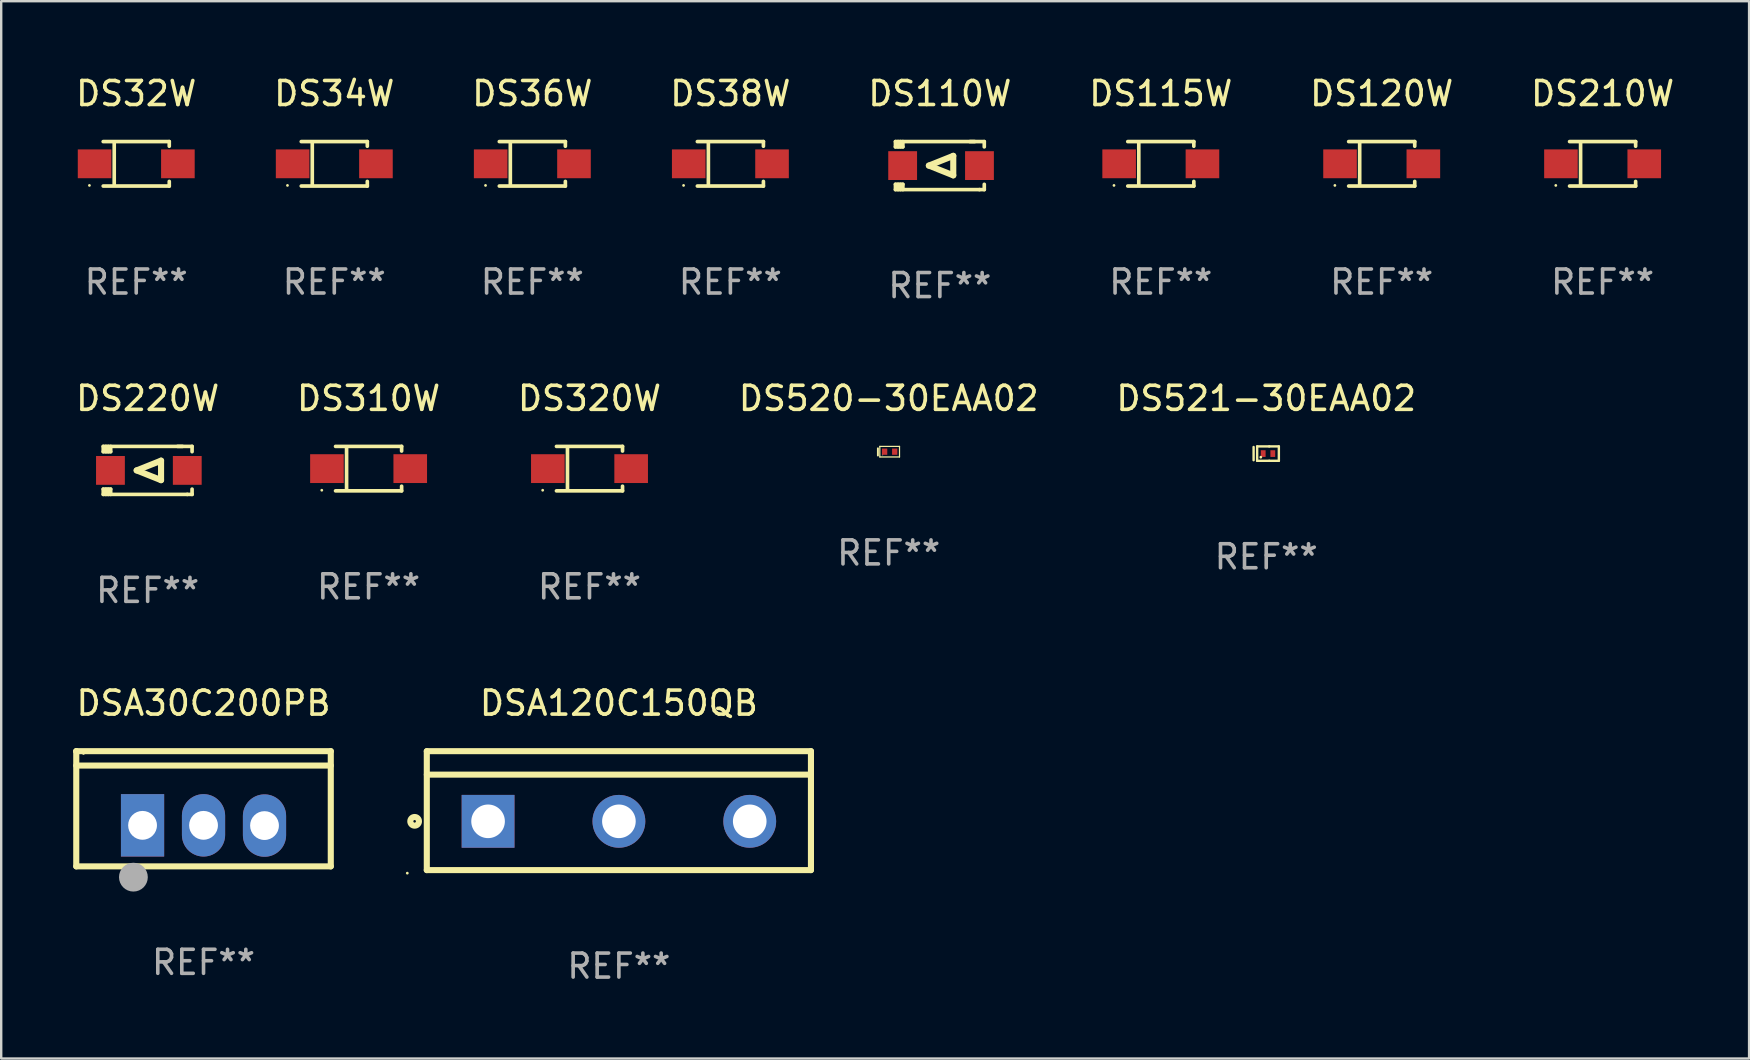
<source format=kicad_pcb>
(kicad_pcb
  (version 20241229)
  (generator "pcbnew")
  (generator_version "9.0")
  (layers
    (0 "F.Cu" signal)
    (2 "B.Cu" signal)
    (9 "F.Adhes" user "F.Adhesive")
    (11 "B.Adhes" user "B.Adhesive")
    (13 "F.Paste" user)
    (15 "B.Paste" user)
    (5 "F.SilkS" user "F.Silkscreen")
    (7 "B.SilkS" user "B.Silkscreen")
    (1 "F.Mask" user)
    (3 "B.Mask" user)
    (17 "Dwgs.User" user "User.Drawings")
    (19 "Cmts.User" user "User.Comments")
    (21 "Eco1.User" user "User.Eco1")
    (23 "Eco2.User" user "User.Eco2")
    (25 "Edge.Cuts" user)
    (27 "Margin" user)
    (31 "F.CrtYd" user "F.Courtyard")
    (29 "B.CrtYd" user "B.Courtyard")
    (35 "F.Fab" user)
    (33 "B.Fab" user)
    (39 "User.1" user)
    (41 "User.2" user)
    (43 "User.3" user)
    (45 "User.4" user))
  (footprint "DS210W"
    (layer "F.Cu")
    (at 63.708 3.774)
    (property "Reference" "DS210W" (at 0 -2.926 0) (layer "F.SilkS") (effects (font (size 1 1) (thickness 0.15))))
    (attr through_hole)
    (fp_line (start -1.376 -0.926) (end 1.376 -0.926) (stroke (width 0.152) (type solid)) (layer "F.SilkS"))
    (fp_line (start -1.376 0.926) (end 1.376 0.926) (stroke (width 0.152) (type solid)) (layer "F.SilkS"))
    (fp_line (start -0.917 -0.876) (end -0.917 0.876) (stroke (width 0.152) (type solid)) (layer "F.SilkS"))
    (fp_line (start 1.376 -0.926) (end 1.376 -0.733) (stroke (width 0.152) (type solid)) (layer "F.SilkS"))
    (fp_line (start 1.376 0.926) (end 1.376 0.733) (stroke (width 0.152) (type solid)) (layer "F.SilkS"))
    (fp_circle (center -1.95 0.9) (end -1.92 0.9) (stroke (width 0.06) (type solid)) (fill no) (layer "F.SilkS"))
    (fp_text user "REF**" (at 0 4.926 0) (layer "F.Fab") (effects (font (size 1 1) (thickness 0.15))))
    (pad "1" smd rect (at -1.735 0) (size 1.4 1.2) (layers "F.Cu" "F.Mask" "F.Paste"))
    (pad "2" smd rect (at 1.735 0) (size 1.4 1.2) (layers "F.Cu" "F.Mask" "F.Paste")))
  (footprint "DS320W"
    (layer "F.Cu")
    (at 21.506 16.471)
    (property "Reference" "DS320W" (at 0 -2.926 0) (layer "F.SilkS") (effects (font (size 1 1) (thickness 0.15))))
    (attr through_hole)
    (fp_line (start -1.376 -0.926) (end 1.376 -0.926) (stroke (width 0.152) (type solid)) (layer "F.SilkS"))
    (fp_line (start -1.376 0.926) (end 1.376 0.926) (stroke (width 0.152) (type solid)) (layer "F.SilkS"))
    (fp_line (start -0.917 -0.876) (end -0.917 0.876) (stroke (width 0.152) (type solid)) (layer "F.SilkS"))
    (fp_line (start 1.376 -0.926) (end 1.376 -0.733) (stroke (width 0.152) (type solid)) (layer "F.SilkS"))
    (fp_line (start 1.376 0.926) (end 1.376 0.733) (stroke (width 0.152) (type solid)) (layer "F.SilkS"))
    (fp_circle (center -1.95 0.9) (end -1.92 0.9) (stroke (width 0.06) (type solid)) (fill no) (layer "F.SilkS"))
    (fp_text user "REF**" (at 0 4.926 0) (layer "F.Fab") (effects (font (size 1 1) (thickness 0.15))))
    (pad "1" smd rect (at -1.735 0) (size 1.4 1.2) (layers "F.Cu" "F.Mask" "F.Paste"))
    (pad "2" smd rect (at 1.735 0) (size 1.4 1.2) (layers "F.Cu" "F.Mask" "F.Paste")))
  (footprint "DS36W"
    (layer "F.Cu")
    (at 19.125 3.774)
    (property "Reference" "DS36W" (at 0 -2.926 0) (layer "F.SilkS") (effects (font (size 1 1) (thickness 0.15))))
    (attr through_hole)
    (fp_line (start -1.376 -0.926) (end 1.376 -0.926) (stroke (width 0.152) (type solid)) (layer "F.SilkS"))
    (fp_line (start -1.376 0.926) (end 1.376 0.926) (stroke (width 0.152) (type solid)) (layer "F.SilkS"))
    (fp_line (start -0.917 -0.876) (end -0.917 0.876) (stroke (width 0.152) (type solid)) (layer "F.SilkS"))
    (fp_line (start 1.376 -0.926) (end 1.376 -0.733) (stroke (width 0.152) (type solid)) (layer "F.SilkS"))
    (fp_line (start 1.376 0.926) (end 1.376 0.733) (stroke (width 0.152) (type solid)) (layer "F.SilkS"))
    (fp_circle (center -1.95 0.9) (end -1.92 0.9) (stroke (width 0.06) (type solid)) (fill no) (layer "F.SilkS"))
    (fp_text user "REF**" (at 0 4.926 0) (layer "F.Fab") (effects (font (size 1 1) (thickness 0.15))))
    (pad "1" smd rect (at -1.735 0) (size 1.4 1.2) (layers "F.Cu" "F.Mask" "F.Paste"))
    (pad "2" smd rect (at 1.735 0) (size 1.4 1.2) (layers "F.Cu" "F.Mask" "F.Paste")))
  (footprint "DS521-30EAA02"
    (layer "F.Cu")
    (at 49.696 15.845)
    (property "Reference" "DS521-30EAA02" (at 0 -2.3 0) (layer "F.SilkS") (effects (font (size 1 1) (thickness 0.15))))
    (attr through_hole)
    (fp_line (start -0.526 -0.275) (end -0.526 0.275) (stroke (width 0.1) (type solid)) (layer "F.SilkS"))
    (fp_line (start -0.378 -0.3) (end -0.378 0.3) (stroke (width 0.1) (type solid)) (layer "F.SilkS"))
    (fp_line (start -0.378 0.3) (end 0.124 0.3) (stroke (width 0.1) (type solid)) (layer "F.SilkS"))
    (fp_line (start 0.124 0.3) (end 0.526 0.3) (stroke (width 0.1) (type solid)) (layer "F.SilkS"))
    (fp_line (start 0.125 -0.3) (end -0.378 -0.3) (stroke (width 0.1) (type solid)) (layer "F.SilkS"))
    (fp_line (start 0.526 -0.3) (end 0.124 -0.3) (stroke (width 0.1) (type solid)) (layer "F.SilkS"))
    (fp_line (start 0.526 0.3) (end 0.526 -0.3) (stroke (width 0.1) (type solid)) (layer "F.SilkS"))
    (fp_circle (center -0.226 0.15) (end -0.196 0.15) (stroke (width 0.06) (type solid)) (fill no) (layer "F.SilkS"))
    (fp_text user "REF**" (at 0 4.3 0) (layer "F.Fab") (effects (font (size 1 1) (thickness 0.15))))
    (pad "1" smd rect (at -0.126 -0.00014 90) (size 0.28 0.2) (layers "F.Cu" "F.Mask" "F.Paste"))
    (pad "2" smd rect (at 0.274 -0.00014 90) (size 0.28 0.2) (layers "F.Cu" "F.Mask" "F.Paste")))
  (footprint "DS220W"
    (layer "F.Cu")
    (at 3.101 16.545)
    (property "Reference" "DS220W" (at 0 -3 0) (layer "F.SilkS") (effects (font (size 1 1) (thickness 0.15))))
    (attr through_hole)
    (fp_line (start -1.85 -1) (end -1.85 -0.78) (stroke (width 0.152) (type solid)) (layer "F.SilkS"))
    (fp_line (start -1.85 0.78) (end -1.85 1) (stroke (width 0.152) (type solid)) (layer "F.SilkS"))
    (fp_line (start -1.85 1) (end 1.65 1) (stroke (width 0.152) (type solid)) (layer "F.SilkS"))
    (fp_line (start -1.741 -0.78) (end -1.741 -1) (stroke (width 0.152) (type solid)) (layer "F.SilkS"))
    (fp_line (start -1.741 1) (end -1.741 0.78) (stroke (width 0.152) (type solid)) (layer "F.SilkS"))
    (fp_line (start -1.641 -1) (end -1.641 -0.78) (stroke (width 0.152) (type solid)) (layer "F.SilkS"))
    (fp_line (start -1.641 0.78) (end -1.641 1) (stroke (width 0.152) (type solid)) (layer "F.SilkS"))
    (fp_line (start -1.541 -1) (end -1.541 -0.78) (stroke (width 0.152) (type solid)) (layer "F.SilkS"))
    (fp_line (start -1.541 -0.78) (end -1.85 -0.78) (stroke (width 0.152) (type solid)) (layer "F.SilkS"))
    (fp_line (start -1.541 0.78) (end -1.85 0.78) (stroke (width 0.152) (type solid)) (layer "F.SilkS"))
    (fp_line (start -1.541 0.78) (end -1.541 1) (stroke (width 0.152) (type solid)) (layer "F.SilkS"))
    (fp_line (start -0.458 0) (end 0.558 -0.406) (stroke (width 0.254) (type solid)) (layer "F.SilkS"))
    (fp_line (start 0.558 -0.406) (end 0.558 0.406) (stroke (width 0.254) (type solid)) (layer "F.SilkS"))
    (fp_line (start 0.558 0.406) (end -0.458 0) (stroke (width 0.254) (type solid)) (layer "F.SilkS"))
    (fp_line (start 1.45 -1) (end -1.85 -1) (stroke (width 0.152) (type solid)) (layer "F.SilkS"))
    (fp_line (start 1.65 1) (end 1.85 1) (stroke (width 0.152) (type solid)) (layer "F.SilkS"))
    (fp_line (start 1.85 -1) (end 1.25 -1) (stroke (width 0.152) (type solid)) (layer "F.SilkS"))
    (fp_line (start 1.85 -0.78) (end 1.85 -1) (stroke (width 0.152) (type solid)) (layer "F.SilkS"))
    (fp_line (start 1.85 1) (end 1.85 0.78) (stroke (width 0.152) (type solid)) (layer "F.SilkS"))
    (fp_circle (center -1.8 0.9) (end -1.77 0.9) (stroke (width 0.06) (type solid)) (fill no) (layer "F.SilkS"))
    (fp_text user "REF**" (at 0 5 0) (layer "F.Fab") (effects (font (size 1 1) (thickness 0.15))))
    (pad "1" smd rect (at -1.55 0.000051) (size 1.2 1.2) (layers "F.Cu" "F.Mask" "F.Paste"))
    (pad "2" smd rect (at 1.65 0.000051) (size 1.2 1.2) (layers "F.Cu" "F.Mask" "F.Paste")))
  (footprint "DS120W"
    (layer "F.Cu")
    (at 54.506 3.774)
    (property "Reference" "DS120W" (at 0 -2.926 0) (layer "F.SilkS") (effects (font (size 1 1) (thickness 0.15))))
    (attr through_hole)
    (fp_line (start -1.376 -0.926) (end 1.376 -0.926) (stroke (width 0.152) (type solid)) (layer "F.SilkS"))
    (fp_line (start -1.376 0.926) (end 1.376 0.926) (stroke (width 0.152) (type solid)) (layer "F.SilkS"))
    (fp_line (start -0.917 -0.876) (end -0.917 0.876) (stroke (width 0.152) (type solid)) (layer "F.SilkS"))
    (fp_line (start 1.376 -0.926) (end 1.376 -0.733) (stroke (width 0.152) (type solid)) (layer "F.SilkS"))
    (fp_line (start 1.376 0.926) (end 1.376 0.733) (stroke (width 0.152) (type solid)) (layer "F.SilkS"))
    (fp_circle (center -1.95 0.9) (end -1.92 0.9) (stroke (width 0.06) (type solid)) (fill no) (layer "F.SilkS"))
    (fp_text user "REF**" (at 0 4.926 0) (layer "F.Fab") (effects (font (size 1 1) (thickness 0.15))))
    (pad "1" smd rect (at -1.735 0) (size 1.4 1.2) (layers "F.Cu" "F.Mask" "F.Paste"))
    (pad "2" smd rect (at 1.735 0) (size 1.4 1.2) (layers "F.Cu" "F.Mask" "F.Paste")))
  (footprint "DSA120C150QB"
    (layer "F.Cu")
    (at 22.73 30.718)
    (property "Reference" "DSA120C150QB" (at 0 -4.477 0) (layer "F.SilkS") (effects (font (size 1 1) (thickness 0.15))))
    (attr through_hole)
    (fp_line (start -8.001 -2.477) (end 8.001 -2.477) (stroke (width 0.254) (type solid)) (layer "F.SilkS"))
    (fp_line (start -8.001 2.477) (end -8.001 -2.477) (stroke (width 0.254) (type solid)) (layer "F.SilkS"))
    (fp_line (start -7.999 -1.5) (end 8.001 -1.5) (stroke (width 0.254) (type solid)) (layer "F.SilkS"))
    (fp_line (start 8.001 -2.477) (end 8.001 2.477) (stroke (width 0.254) (type solid)) (layer "F.SilkS"))
    (fp_line (start 8.001 2.477) (end -8.001 2.477) (stroke (width 0.254) (type solid)) (layer "F.SilkS"))
    (fp_circle (center -8.814 2.604) (end -8.784 2.604) (stroke (width 0.06) (type solid)) (fill no) (layer "F.SilkS"))
    (fp_circle (center -8.508 0.445) (end -8.328 0.445) (stroke (width 0.254) (type solid)) (fill no) (layer "F.SilkS"))
    (fp_text user "REF**" (at 0 6.477 0) (layer "F.Fab") (effects (font (size 1 1) (thickness 0.15))))
    (pad "1" thru_hole rect (at -5.449 0.445) (size 2.2 2.2) (drill 1.4) (layers "*.Cu" "*.Mask"))
    (pad "2" thru_hole circle (at 0.001 0.445) (size 2.2 2.2) (drill 1.4) (layers "*.Cu" "*.Mask"))
    (pad "3" thru_hole circle (at 5.451 0.445) (size 2.2 2.2) (drill 1.4) (layers "*.Cu" "*.Mask")))
  (footprint "DSA30C200PB"
    (layer "F.Cu")
    (at 5.428 30.64)
    (property "Reference" "DSA30C200PB" (at 0 -4.399 0) (layer "F.SilkS") (effects (font (size 1 1) (thickness 0.15))))
    (attr through_hole)
    (fp_line (start -5.301 -2.399) (end 5.301 -2.399) (stroke (width 0.254) (type solid)) (layer "F.SilkS"))
    (fp_line (start -5.301 -2.394) (end -5.301 -2.399) (stroke (width 0.254) (type solid)) (layer "F.SilkS"))
    (fp_line (start -5.301 2.399) (end -5.301 -2.394) (stroke (width 0.254) (type solid)) (layer "F.SilkS"))
    (fp_line (start 5.3 -1.8) (end -5.3 -1.8) (stroke (width 0.254) (type solid)) (layer "F.SilkS"))
    (fp_line (start 5.301 -2.399) (end 5.301 2.399) (stroke (width 0.254) (type solid)) (layer "F.SilkS"))
    (fp_line (start 5.301 2.399) (end -5.301 2.399) (stroke (width 0.254) (type solid)) (layer "F.SilkS"))
    (fp_arc (start -2.769977 3.025032) (mid -2.768707 3.025028) (end -2.767437 3.025032) (stroke (width 0.4) (type solid)) (layer "F.SilkS"))
    (fp_circle (center -5 -2.305) (end -4.97 -2.305) (stroke (width 0.06) (type solid)) (fill no) (layer "F.SilkS"))
    (fp_circle (center -2.921 2.849) (end -2.621 2.849) (stroke (width 0.6) (type solid)) (fill no) (layer "F.Fab"))
    (fp_text user "REF**" (at 0 6.399 0) (layer "F.Fab") (effects (font (size 1 1) (thickness 0.15))))
    (pad "1" thru_hole rect (at -2.54 0.69) (size 1.8 2.6) (drill 1.2) (layers "*.Cu" "*.Mask"))
    (pad "2" thru_hole oval (at 0 0.69) (size 1.8 2.6) (drill 1.2) (layers "*.Cu" "*.Mask"))
    (pad "3" thru_hole oval (at 2.54 0.7) (size 1.8 2.6) (drill 1.2) (layers "*.Cu" "*.Mask")))
  (footprint "DS34W"
    (layer "F.Cu")
    (at 10.875 3.774)
    (property "Reference" "DS34W" (at 0 -2.926 0) (layer "F.SilkS") (effects (font (size 1 1) (thickness 0.15))))
    (attr through_hole)
    (fp_line (start -1.376 -0.926) (end 1.376 -0.926) (stroke (width 0.152) (type solid)) (layer "F.SilkS"))
    (fp_line (start -1.376 0.926) (end 1.376 0.926) (stroke (width 0.152) (type solid)) (layer "F.SilkS"))
    (fp_line (start -0.917 -0.876) (end -0.917 0.876) (stroke (width 0.152) (type solid)) (layer "F.SilkS"))
    (fp_line (start 1.376 -0.926) (end 1.376 -0.733) (stroke (width 0.152) (type solid)) (layer "F.SilkS"))
    (fp_line (start 1.376 0.926) (end 1.376 0.733) (stroke (width 0.152) (type solid)) (layer "F.SilkS"))
    (fp_circle (center -1.95 0.9) (end -1.92 0.9) (stroke (width 0.06) (type solid)) (fill no) (layer "F.SilkS"))
    (fp_text user "REF**" (at 0 4.926 0) (layer "F.Fab") (effects (font (size 1 1) (thickness 0.15))))
    (pad "1" smd rect (at -1.735 0) (size 1.4 1.2) (layers "F.Cu" "F.Mask" "F.Paste"))
    (pad "2" smd rect (at 1.735 0) (size 1.4 1.2) (layers "F.Cu" "F.Mask" "F.Paste")))
  (footprint "DS115W"
    (layer "F.Cu")
    (at 45.304 3.774)
    (property "Reference" "DS115W" (at 0 -2.926 0) (layer "F.SilkS") (effects (font (size 1 1) (thickness 0.15))))
    (attr through_hole)
    (fp_line (start -1.376 -0.926) (end 1.376 -0.926) (stroke (width 0.152) (type solid)) (layer "F.SilkS"))
    (fp_line (start -1.376 0.926) (end 1.376 0.926) (stroke (width 0.152) (type solid)) (layer "F.SilkS"))
    (fp_line (start -0.917 -0.876) (end -0.917 0.876) (stroke (width 0.152) (type solid)) (layer "F.SilkS"))
    (fp_line (start 1.376 -0.926) (end 1.376 -0.733) (stroke (width 0.152) (type solid)) (layer "F.SilkS"))
    (fp_line (start 1.376 0.926) (end 1.376 0.733) (stroke (width 0.152) (type solid)) (layer "F.SilkS"))
    (fp_circle (center -1.95 0.9) (end -1.92 0.9) (stroke (width 0.06) (type solid)) (fill no) (layer "F.SilkS"))
    (fp_text user "REF**" (at 0 4.926 0) (layer "F.Fab") (effects (font (size 1 1) (thickness 0.15))))
    (pad "1" smd rect (at -1.735 0) (size 1.4 1.2) (layers "F.Cu" "F.Mask" "F.Paste"))
    (pad "2" smd rect (at 1.735 0) (size 1.4 1.2) (layers "F.Cu" "F.Mask" "F.Paste")))
  (footprint "DS310W"
    (layer "F.Cu")
    (at 12.304 16.471)
    (property "Reference" "DS310W" (at 0 -2.926 0) (layer "F.SilkS") (effects (font (size 1 1) (thickness 0.15))))
    (attr through_hole)
    (fp_line (start -1.376 -0.926) (end 1.376 -0.926) (stroke (width 0.152) (type solid)) (layer "F.SilkS"))
    (fp_line (start -1.376 0.926) (end 1.376 0.926) (stroke (width 0.152) (type solid)) (layer "F.SilkS"))
    (fp_line (start -0.917 -0.876) (end -0.917 0.876) (stroke (width 0.152) (type solid)) (layer "F.SilkS"))
    (fp_line (start 1.376 -0.926) (end 1.376 -0.733) (stroke (width 0.152) (type solid)) (layer "F.SilkS"))
    (fp_line (start 1.376 0.926) (end 1.376 0.733) (stroke (width 0.152) (type solid)) (layer "F.SilkS"))
    (fp_circle (center -1.95 0.9) (end -1.92 0.9) (stroke (width 0.06) (type solid)) (fill no) (layer "F.SilkS"))
    (fp_text user "REF**" (at 0 4.926 0) (layer "F.Fab") (effects (font (size 1 1) (thickness 0.15))))
    (pad "1" smd rect (at -1.735 0) (size 1.4 1.2) (layers "F.Cu" "F.Mask" "F.Paste"))
    (pad "2" smd rect (at 1.735 0) (size 1.4 1.2) (layers "F.Cu" "F.Mask" "F.Paste")))
  (footprint "DS520-30EAA02"
    (layer "F.Cu")
    (at 33.97 15.765)
    (property "Reference" "DS520-30EAA02" (at 0 -2.22 0) (layer "F.SilkS") (effects (font (size 1 1) (thickness 0.15))))
    (attr through_hole)
    (fp_line (start -0.45 -0.14) (end -0.45 0.16) (stroke (width 0.08) (type solid)) (layer "F.SilkS"))
    (fp_line (start -0.37 -0.22) (end 0.45 -0.22) (stroke (width 0.051) (type solid)) (layer "F.SilkS"))
    (fp_line (start -0.37 0.22) (end -0.37 -0.22) (stroke (width 0.051) (type solid)) (layer "F.SilkS"))
    (fp_line (start 0.45 -0.22) (end 0.45 0.22) (stroke (width 0.051) (type solid)) (layer "F.SilkS"))
    (fp_line (start 0.45 0.22) (end -0.37 0.22) (stroke (width 0.051) (type solid)) (layer "F.SilkS"))
    (fp_circle (center -0.25 0.14) (end -0.24 0.14) (stroke (width 0.02) (type solid)) (fill no) (layer "F.SilkS"))
    (fp_text user "REF**" (at 0 4.22 0) (layer "F.Fab") (effects (font (size 1 1) (thickness 0.15))))
    (pad "1" smd rect (at -0.17 0 90) (size 0.26 0.22) (layers "F.Cu" "F.Mask" "F.Paste"))
    (pad "2" smd rect (at 0.25 0 90) (size 0.26 0.22) (layers "F.Cu" "F.Mask" "F.Paste")))
  (footprint "DS110W"
    (layer "F.Cu")
    (at 36.101 3.848)
    (property "Reference" "DS110W" (at 0 -3 0) (layer "F.SilkS") (effects (font (size 1 1) (thickness 0.15))))
    (attr through_hole)
    (fp_line (start -1.85 -1) (end -1.85 -0.78) (stroke (width 0.152) (type solid)) (layer "F.SilkS"))
    (fp_line (start -1.85 0.78) (end -1.85 1) (stroke (width 0.152) (type solid)) (layer "F.SilkS"))
    (fp_line (start -1.85 1) (end 1.65 1) (stroke (width 0.152) (type solid)) (layer "F.SilkS"))
    (fp_line (start -1.741 -0.78) (end -1.741 -1) (stroke (width 0.152) (type solid)) (layer "F.SilkS"))
    (fp_line (start -1.741 1) (end -1.741 0.78) (stroke (width 0.152) (type solid)) (layer "F.SilkS"))
    (fp_line (start -1.641 -1) (end -1.641 -0.78) (stroke (width 0.152) (type solid)) (layer "F.SilkS"))
    (fp_line (start -1.641 0.78) (end -1.641 1) (stroke (width 0.152) (type solid)) (layer "F.SilkS"))
    (fp_line (start -1.541 -1) (end -1.541 -0.78) (stroke (width 0.152) (type solid)) (layer "F.SilkS"))
    (fp_line (start -1.541 -0.78) (end -1.85 -0.78) (stroke (width 0.152) (type solid)) (layer "F.SilkS"))
    (fp_line (start -1.541 0.78) (end -1.85 0.78) (stroke (width 0.152) (type solid)) (layer "F.SilkS"))
    (fp_line (start -1.541 0.78) (end -1.541 1) (stroke (width 0.152) (type solid)) (layer "F.SilkS"))
    (fp_line (start -0.458 0) (end 0.558 -0.406) (stroke (width 0.254) (type solid)) (layer "F.SilkS"))
    (fp_line (start 0.558 -0.406) (end 0.558 0.406) (stroke (width 0.254) (type solid)) (layer "F.SilkS"))
    (fp_line (start 0.558 0.406) (end -0.458 0) (stroke (width 0.254) (type solid)) (layer "F.SilkS"))
    (fp_line (start 1.45 -1) (end -1.85 -1) (stroke (width 0.152) (type solid)) (layer "F.SilkS"))
    (fp_line (start 1.65 1) (end 1.85 1) (stroke (width 0.152) (type solid)) (layer "F.SilkS"))
    (fp_line (start 1.85 -1) (end 1.25 -1) (stroke (width 0.152) (type solid)) (layer "F.SilkS"))
    (fp_line (start 1.85 -0.78) (end 1.85 -1) (stroke (width 0.152) (type solid)) (layer "F.SilkS"))
    (fp_line (start 1.85 1) (end 1.85 0.78) (stroke (width 0.152) (type solid)) (layer "F.SilkS"))
    (fp_circle (center -1.8 0.9) (end -1.77 0.9) (stroke (width 0.06) (type solid)) (fill no) (layer "F.SilkS"))
    (fp_text user "REF**" (at 0 5 0) (layer "F.Fab") (effects (font (size 1 1) (thickness 0.15))))
    (pad "1" smd rect (at -1.55 0.000051) (size 1.2 1.2) (layers "F.Cu" "F.Mask" "F.Paste"))
    (pad "2" smd rect (at 1.65 0.000051) (size 1.2 1.2) (layers "F.Cu" "F.Mask" "F.Paste")))
  (footprint "DS38W"
    (layer "F.Cu")
    (at 27.375 3.774)
    (property "Reference" "DS38W" (at 0 -2.926 0) (layer "F.SilkS") (effects (font (size 1 1) (thickness 0.15))))
    (attr through_hole)
    (fp_line (start -1.376 -0.926) (end 1.376 -0.926) (stroke (width 0.152) (type solid)) (layer "F.SilkS"))
    (fp_line (start -1.376 0.926) (end 1.376 0.926) (stroke (width 0.152) (type solid)) (layer "F.SilkS"))
    (fp_line (start -0.917 -0.876) (end -0.917 0.876) (stroke (width 0.152) (type solid)) (layer "F.SilkS"))
    (fp_line (start 1.376 -0.926) (end 1.376 -0.733) (stroke (width 0.152) (type solid)) (layer "F.SilkS"))
    (fp_line (start 1.376 0.926) (end 1.376 0.733) (stroke (width 0.152) (type solid)) (layer "F.SilkS"))
    (fp_circle (center -1.95 0.9) (end -1.92 0.9) (stroke (width 0.06) (type solid)) (fill no) (layer "F.SilkS"))
    (fp_text user "REF**" (at 0 4.926 0) (layer "F.Fab") (effects (font (size 1 1) (thickness 0.15))))
    (pad "1" smd rect (at -1.735 0) (size 1.4 1.2) (layers "F.Cu" "F.Mask" "F.Paste"))
    (pad "2" smd rect (at 1.735 0) (size 1.4 1.2) (layers "F.Cu" "F.Mask" "F.Paste")))
  (footprint "DS32W"
    (layer "F.Cu")
    (at 2.625 3.774)
    (property "Reference" "DS32W" (at 0 -2.926 0) (layer "F.SilkS") (effects (font (size 1 1) (thickness 0.15))))
    (attr through_hole)
    (fp_line (start -1.376 -0.926) (end 1.376 -0.926) (stroke (width 0.152) (type solid)) (layer "F.SilkS"))
    (fp_line (start -1.376 0.926) (end 1.376 0.926) (stroke (width 0.152) (type solid)) (layer "F.SilkS"))
    (fp_line (start -0.917 -0.876) (end -0.917 0.876) (stroke (width 0.152) (type solid)) (layer "F.SilkS"))
    (fp_line (start 1.376 -0.926) (end 1.376 -0.733) (stroke (width 0.152) (type solid)) (layer "F.SilkS"))
    (fp_line (start 1.376 0.926) (end 1.376 0.733) (stroke (width 0.152) (type solid)) (layer "F.SilkS"))
    (fp_circle (center -1.95 0.9) (end -1.92 0.9) (stroke (width 0.06) (type solid)) (fill no) (layer "F.SilkS"))
    (fp_text user "REF**" (at 0 4.926 0) (layer "F.Fab") (effects (font (size 1 1) (thickness 0.15))))
    (pad "1" smd rect (at -1.735 0) (size 1.4 1.2) (layers "F.Cu" "F.Mask" "F.Paste"))
    (pad "2" smd rect (at 1.735 0) (size 1.4 1.2) (layers "F.Cu" "F.Mask" "F.Paste")))
  (gr_rect
    (start -3 -3)
    (end 69.81 41.043)
    (stroke (width 0.1) (type default))
    (fill no)
    (layer "Edge.Cuts")))
</source>
